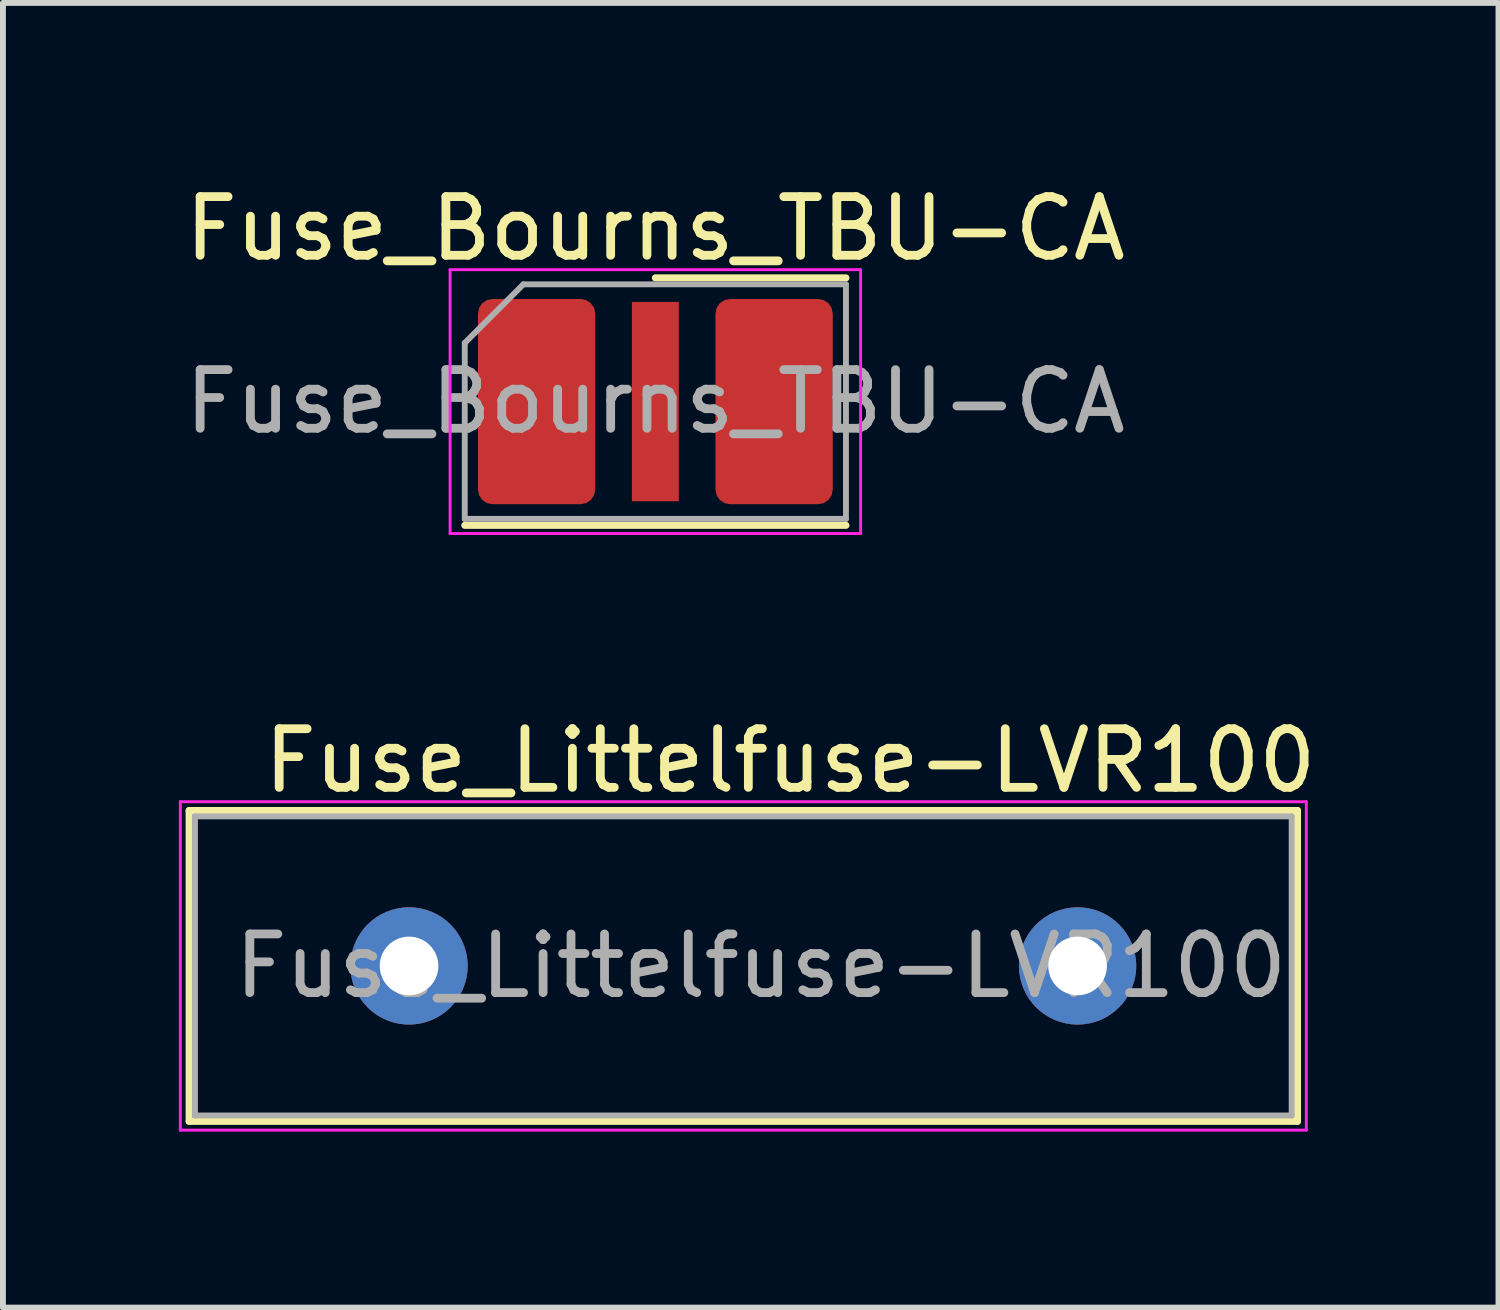
<source format=kicad_pcb>
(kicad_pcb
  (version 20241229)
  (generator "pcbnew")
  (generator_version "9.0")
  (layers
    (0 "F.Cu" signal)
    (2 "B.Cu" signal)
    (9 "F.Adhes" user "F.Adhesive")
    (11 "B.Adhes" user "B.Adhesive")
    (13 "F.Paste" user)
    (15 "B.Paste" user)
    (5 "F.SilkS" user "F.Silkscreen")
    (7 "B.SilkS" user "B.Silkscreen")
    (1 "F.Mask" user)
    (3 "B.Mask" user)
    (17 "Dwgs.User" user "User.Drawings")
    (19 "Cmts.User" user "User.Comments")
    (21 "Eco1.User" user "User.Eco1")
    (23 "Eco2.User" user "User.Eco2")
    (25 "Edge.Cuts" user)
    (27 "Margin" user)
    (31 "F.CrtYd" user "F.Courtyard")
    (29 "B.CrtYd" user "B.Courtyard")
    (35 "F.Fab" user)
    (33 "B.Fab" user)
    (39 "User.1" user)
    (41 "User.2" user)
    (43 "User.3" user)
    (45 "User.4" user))
  (footprint "Fuse_Bourns_TBU-CA"
    (layer "F.Cu")
    (at 8.125 3.798)
    (property "Reference" "Fuse_Bourns_TBU-CA" (at 0 -2.95 0) (layer "F.SilkS") (effects (font (size 1 1) (thickness 0.15))))
    (attr smd)
    (fp_line (start -3.25 2.11) (end 3.25 2.11) (stroke (width 0.12) (type solid)) (layer "F.SilkS"))
    (fp_line (start 0 -2.11) (end 3.25 -2.11) (stroke (width 0.12) (type solid)) (layer "F.SilkS"))
    (fp_line (start -3.5 -2.25) (end -3.5 2.25) (stroke (width 0.05) (type solid)) (layer "F.CrtYd"))
    (fp_line (start -3.5 2.25) (end 3.5 2.25) (stroke (width 0.05) (type solid)) (layer "F.CrtYd"))
    (fp_line (start 3.5 -2.25) (end -3.5 -2.25) (stroke (width 0.05) (type solid)) (layer "F.CrtYd"))
    (fp_line (start 3.5 2.25) (end 3.5 -2.25) (stroke (width 0.05) (type solid)) (layer "F.CrtYd"))
    (fp_line (start -3.25 -1) (end -2.25 -2) (stroke (width 0.1) (type solid)) (layer "F.Fab"))
    (fp_line (start -3.25 2) (end -3.25 -1) (stroke (width 0.1) (type solid)) (layer "F.Fab"))
    (fp_line (start -2.25 -2) (end 3.25 -2) (stroke (width 0.1) (type solid)) (layer "F.Fab"))
    (fp_line (start 3.25 -2) (end 3.25 2) (stroke (width 0.1) (type solid)) (layer "F.Fab"))
    (fp_line (start 3.25 2) (end -3.25 2) (stroke (width 0.1) (type solid)) (layer "F.Fab"))
    (fp_text user "${REFERENCE}" (at 0 0 0) (layer "F.Fab") (effects (font (size 1 1) (thickness 0.15))))
    (pad "1" smd roundrect (at -2.025 0) (size 2 3.5) (layers "F.Cu" "F.Mask" "F.Paste") (roundrect_rratio 0.125))
    (pad "2" smd rect (at 0 0) (size 0.8 3.4) (layers "F.Cu" "F.Mask" "F.Paste"))
    (pad "3" smd roundrect (at 2.025 0) (size 2 3.5) (layers "F.Cu" "F.Mask" "F.Paste") (roundrect_rratio 0.125)))
  (footprint "Fuse_Littelfuse-LVR100"
    (layer "F.Cu")
    (at 3.925 13.421)
    (property "Reference" "Fuse_Littelfuse-LVR100" (at 6.5 -3.5 0) (layer "F.SilkS") (effects (font (size 1 1) (thickness 0.15))))
    (attr through_hole)
    (fp_line (start -3.75 -2.65) (end -3.75 2.65) (stroke (width 0.12) (type solid)) (layer "F.SilkS"))
    (fp_line (start -3.75 -2.65) (end 15.15 -2.65) (stroke (width 0.12) (type solid)) (layer "F.SilkS"))
    (fp_line (start 15.15 2.65) (end -3.75 2.65) (stroke (width 0.12) (type solid)) (layer "F.SilkS"))
    (fp_line (start 15.15 2.65) (end 15.15 -2.65) (stroke (width 0.12) (type solid)) (layer "F.SilkS"))
    (fp_line (start -3.9 -2.8) (end -3.9 2.8) (stroke (width 0.05) (type solid)) (layer "F.CrtYd"))
    (fp_line (start -3.9 -2.8) (end 15.3 -2.8) (stroke (width 0.05) (type solid)) (layer "F.CrtYd"))
    (fp_line (start 15.3 2.8) (end -3.9 2.8) (stroke (width 0.05) (type solid)) (layer "F.CrtYd"))
    (fp_line (start 15.3 2.8) (end 15.3 -2.8) (stroke (width 0.05) (type solid)) (layer "F.CrtYd"))
    (fp_line (start -3.65 -2.55) (end -3.65 2.55) (stroke (width 0.1) (type solid)) (layer "F.Fab"))
    (fp_line (start -3.65 2.55) (end 15.05 2.55) (stroke (width 0.1) (type solid)) (layer "F.Fab"))
    (fp_line (start 15.05 -2.55) (end -3.65 -2.55) (stroke (width 0.1) (type solid)) (layer "F.Fab"))
    (fp_line (start 15.05 2.55) (end 15.05 -2.55) (stroke (width 0.1) (type solid)) (layer "F.Fab"))
    (fp_text user "${REFERENCE}" (at 6 0 0) (layer "F.Fab") (effects (font (size 1 1) (thickness 0.15))))
    (pad "1" thru_hole circle (at 0 0) (size 2 2) (drill 1) (layers "*.Cu" "*.Mask"))
    (pad "2" thru_hole circle (at 11.4 0) (size 2 2) (drill 1) (layers "*.Cu" "*.Mask")))
  (gr_rect
    (start -3 -3)
    (end 22.502 19.247)
    (stroke (width 0.1) (type default))
    (fill no)
    (layer "Edge.Cuts")))
</source>
